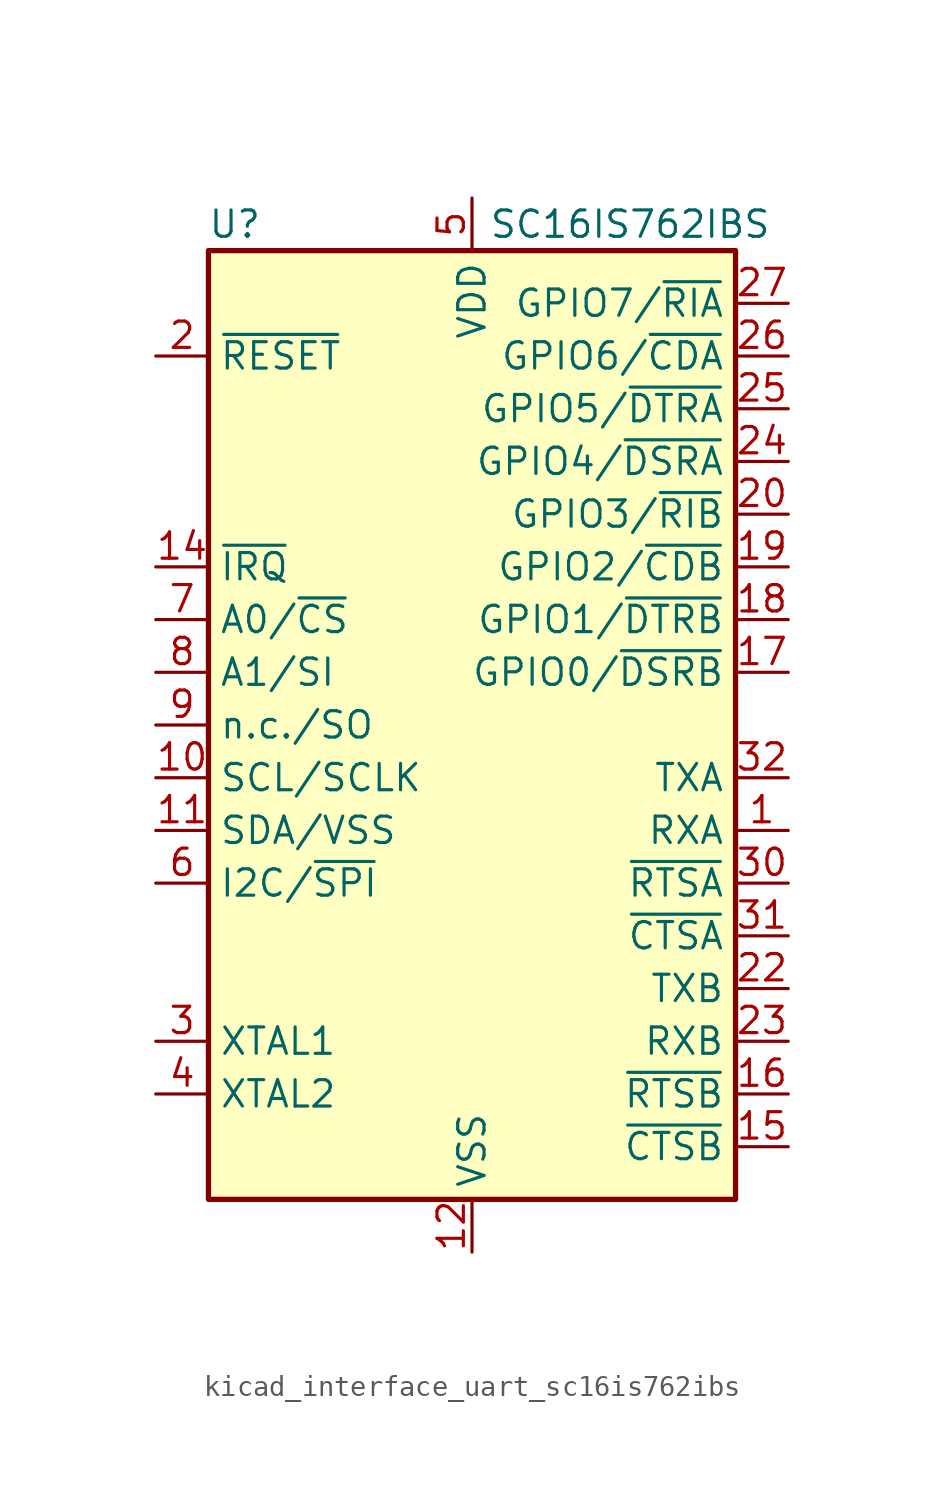
<source format=kicad_sym>
(kicad_symbol_lib
  (version 20220914)
  (generator kicad_symbol_editor)
  (symbol "kicad_interface_uart_sc16is762ibs"
    (property "Reference" "U"
      (at -11.43 24.13 0)
      (effects (font (size 1.27 1.27))))
    (property "Value" "SC16IS762IBS"
      (at 7.62 24.13 0)
      (effects (font (size 1.27 1.27))))
    (symbol "kicad_interface_uart_sc16is762ibs_0_1"
      (rectangle (start -12.7 22.86) (end 12.7 -22.86) (stroke (width 0.254) (type default)) (fill (type background))))
    (symbol "kicad_interface_uart_sc16is762ibs_1_1"
      (pin input line (at 15.24 -5.08 180) (length 2.54) (name "RXA" (effects (font (size 1.27 1.27)))) (number "1" (effects (font (size 1.27 1.27)))))
      (pin input line (at -15.24 -2.54 0) (length 2.54) (name "SCL/SCLK" (effects (font (size 1.27 1.27)))) (number "10" (effects (font (size 1.27 1.27)))))
      (pin bidirectional line (at -15.24 -5.08 0) (length 2.54) (name "SDA/VSS" (effects (font (size 1.27 1.27)))) (number "11" (effects (font (size 1.27 1.27)))))
      (pin power_in line (at 0 -25.4 90) (length 2.54) (name "VSS" (effects (font (size 1.27 1.27)))) (number "12" (effects (font (size 1.27 1.27)))))
      (pin passive line (at 0 25.4 270) (length 2.54) hide (name "VDD" (effects (font (size 1.27 1.27)))) (number "13" (effects (font (size 1.27 1.27)))))
      (pin open_collector line (at -15.24 7.62 0) (length 2.54) (name "~{IRQ}" (effects (font (size 1.27 1.27)))) (number "14" (effects (font (size 1.27 1.27)))))
      (pin input line (at 15.24 -20.32 180) (length 2.54) (name "~{CTSB}" (effects (font (size 1.27 1.27)))) (number "15" (effects (font (size 1.27 1.27)))))
      (pin output line (at 15.24 -17.78 180) (length 2.54) (name "~{RTSB}" (effects (font (size 1.27 1.27)))) (number "16" (effects (font (size 1.27 1.27)))))
      (pin bidirectional line (at 15.24 2.54 180) (length 2.54) (name "GPIO0/~{DSRB}" (effects (font (size 1.27 1.27)))) (number "17" (effects (font (size 1.27 1.27)))))
      (pin bidirectional line (at 15.24 5.08 180) (length 2.54) (name "GPIO1/~{DTRB}" (effects (font (size 1.27 1.27)))) (number "18" (effects (font (size 1.27 1.27)))))
      (pin bidirectional line (at 15.24 7.62 180) (length 2.54) (name "GPIO2/~{CDB}" (effects (font (size 1.27 1.27)))) (number "19" (effects (font (size 1.27 1.27)))))
      (pin input line (at -15.24 17.78 0) (length 2.54) (name "~{RESET}" (effects (font (size 1.27 1.27)))) (number "2" (effects (font (size 1.27 1.27)))))
      (pin bidirectional line (at 15.24 10.16 180) (length 2.54) (name "GPIO3/~{RIB}" (effects (font (size 1.27 1.27)))) (number "20" (effects (font (size 1.27 1.27)))))
      (pin passive line (at 0 -25.4 90) (length 2.54) hide (name "VSS" (effects (font (size 1.27 1.27)))) (number "21" (effects (font (size 1.27 1.27)))))
      (pin output line (at 15.24 -12.7 180) (length 2.54) (name "TXB" (effects (font (size 1.27 1.27)))) (number "22" (effects (font (size 1.27 1.27)))))
      (pin input line (at 15.24 -15.24 180) (length 2.54) (name "RXB" (effects (font (size 1.27 1.27)))) (number "23" (effects (font (size 1.27 1.27)))))
      (pin bidirectional line (at 15.24 12.7 180) (length 2.54) (name "GPIO4/~{DSRA}" (effects (font (size 1.27 1.27)))) (number "24" (effects (font (size 1.27 1.27)))))
      (pin bidirectional line (at 15.24 15.24 180) (length 2.54) (name "GPIO5/~{DTRA}" (effects (font (size 1.27 1.27)))) (number "25" (effects (font (size 1.27 1.27)))))
      (pin bidirectional line (at 15.24 17.78 180) (length 2.54) (name "GPIO6/~{CDA}" (effects (font (size 1.27 1.27)))) (number "26" (effects (font (size 1.27 1.27)))))
      (pin bidirectional line (at 15.24 20.32 180) (length 2.54) (name "GPIO7/~{RIA}" (effects (font (size 1.27 1.27)))) (number "27" (effects (font (size 1.27 1.27)))))
      (pin passive line (at 0 25.4 270) (length 2.54) hide (name "VDD" (effects (font (size 1.27 1.27)))) (number "28" (effects (font (size 1.27 1.27)))))
      (pin passive line (at 0 -25.4 90) (length 2.54) hide (name "VSS" (effects (font (size 1.27 1.27)))) (number "29" (effects (font (size 1.27 1.27)))))
      (pin input line (at -15.24 -15.24 0) (length 2.54) (name "XTAL1" (effects (font (size 1.27 1.27)))) (number "3" (effects (font (size 1.27 1.27)))))
      (pin output line (at 15.24 -7.62 180) (length 2.54) (name "~{RTSA}" (effects (font (size 1.27 1.27)))) (number "30" (effects (font (size 1.27 1.27)))))
      (pin input line (at 15.24 -10.16 180) (length 2.54) (name "~{CTSA}" (effects (font (size 1.27 1.27)))) (number "31" (effects (font (size 1.27 1.27)))))
      (pin output line (at 15.24 -2.54 180) (length 2.54) (name "TXA" (effects (font (size 1.27 1.27)))) (number "32" (effects (font (size 1.27 1.27)))))
      (pin passive line (at 0 -25.4 90) (length 2.54) hide (name "VSS" (effects (font (size 1.27 1.27)))) (number "33" (effects (font (size 1.27 1.27)))))
      (pin output line (at -15.24 -17.78 0) (length 2.54) (name "XTAL2" (effects (font (size 1.27 1.27)))) (number "4" (effects (font (size 1.27 1.27)))))
      (pin power_in line (at 0 25.4 270) (length 2.54) (name "VDD" (effects (font (size 1.27 1.27)))) (number "5" (effects (font (size 1.27 1.27)))))
      (pin input line (at -15.24 -7.62 0) (length 2.54) (name "I2C/~{SPI}" (effects (font (size 1.27 1.27)))) (number "6" (effects (font (size 1.27 1.27)))))
      (pin input line (at -15.24 5.08 0) (length 2.54) (name "A0/~{CS}" (effects (font (size 1.27 1.27)))) (number "7" (effects (font (size 1.27 1.27)))))
      (pin input line (at -15.24 2.54 0) (length 2.54) (name "A1/SI" (effects (font (size 1.27 1.27)))) (number "8" (effects (font (size 1.27 1.27)))))
      (pin output line (at -15.24 0 0) (length 2.54) (name "n.c./SO" (effects (font (size 1.27 1.27)))) (number "9" (effects (font (size 1.27 1.27))))))))
</source>
